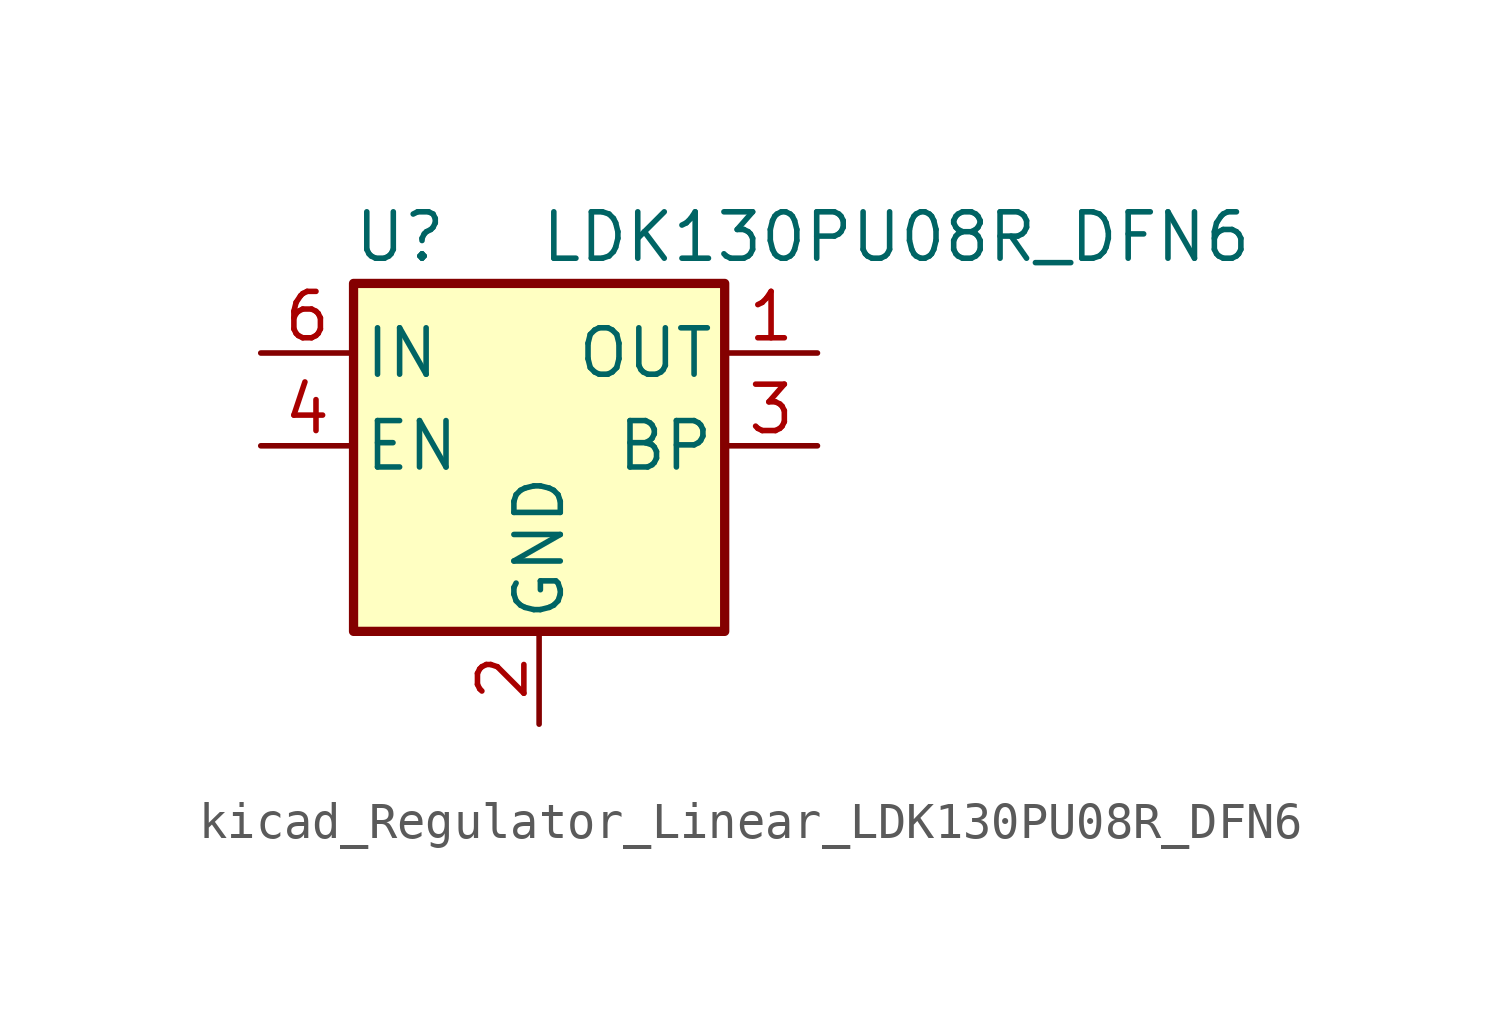
<source format=kicad_sym>
(kicad_symbol_lib
  (version 20220914)
  (generator kicad_symbol_editor)
  (symbol "kicad_Regulator_Linear_LDK130PU08R_DFN6"
    (pin_names
      (offset 0.254))
    (property "Reference" "U"
      (at -3.81 5.715 0)
      (effects (font (size 1.27 1.27))))
    (property "Value" "LDK130PU08R_DFN6"
      (at 0 5.715 0)
      (effects (font (size 1.27 1.27)) (justify left)))
    (symbol "kicad_Regulator_Linear_LDK130PU08R_DFN6_0_1"
      (rectangle (start -5.08 4.445) (end 5.08 -5.08) (stroke (width 0.254) (type default)) (fill (type background))))
    (symbol "kicad_Regulator_Linear_LDK130PU08R_DFN6_1_1"
      (pin power_out line (at 7.62 2.54 180) (length 2.54) (name "OUT" (effects (font (size 1.27 1.27)))) (number "1" (effects (font (size 1.27 1.27)))))
      (pin power_in line (at 0 -7.62 90) (length 2.54) (name "GND" (effects (font (size 1.27 1.27)))) (number "2" (effects (font (size 1.27 1.27)))))
      (pin passive line (at 7.62 0 180) (length 2.54) (name "BP" (effects (font (size 1.27 1.27)))) (number "3" (effects (font (size 1.27 1.27)))))
      (pin input line (at -7.62 0 0) (length 2.54) (name "EN" (effects (font (size 1.27 1.27)))) (number "4" (effects (font (size 1.27 1.27)))))
      (pin no_connect line (at -5.08 -2.54 0) (length 2.54) hide (name "NC" (effects (font (size 1.27 1.27)))) (number "5" (effects (font (size 1.27 1.27)))))
      (pin power_in line (at -7.62 2.54 0) (length 2.54) (name "IN" (effects (font (size 1.27 1.27)))) (number "6" (effects (font (size 1.27 1.27))))))))
</source>
